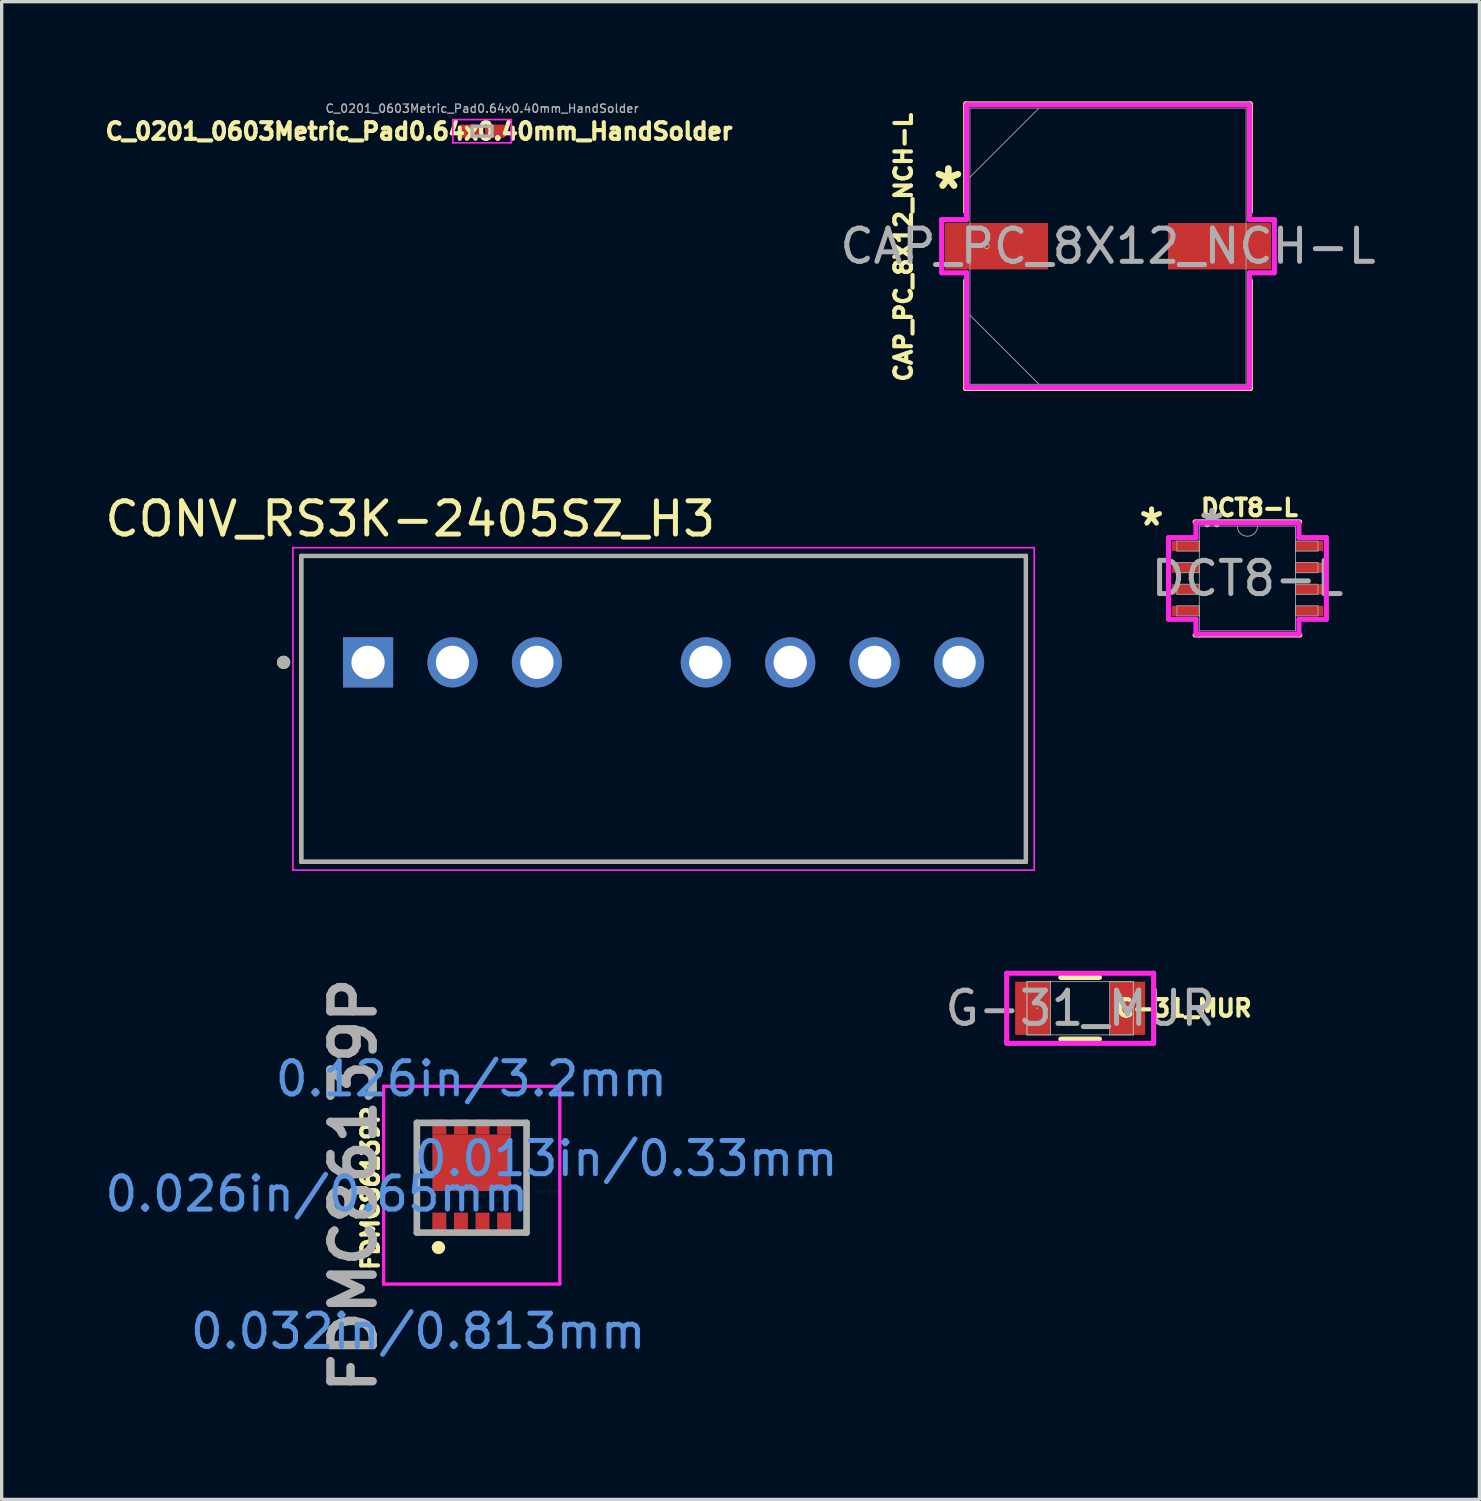
<source format=kicad_pcb>
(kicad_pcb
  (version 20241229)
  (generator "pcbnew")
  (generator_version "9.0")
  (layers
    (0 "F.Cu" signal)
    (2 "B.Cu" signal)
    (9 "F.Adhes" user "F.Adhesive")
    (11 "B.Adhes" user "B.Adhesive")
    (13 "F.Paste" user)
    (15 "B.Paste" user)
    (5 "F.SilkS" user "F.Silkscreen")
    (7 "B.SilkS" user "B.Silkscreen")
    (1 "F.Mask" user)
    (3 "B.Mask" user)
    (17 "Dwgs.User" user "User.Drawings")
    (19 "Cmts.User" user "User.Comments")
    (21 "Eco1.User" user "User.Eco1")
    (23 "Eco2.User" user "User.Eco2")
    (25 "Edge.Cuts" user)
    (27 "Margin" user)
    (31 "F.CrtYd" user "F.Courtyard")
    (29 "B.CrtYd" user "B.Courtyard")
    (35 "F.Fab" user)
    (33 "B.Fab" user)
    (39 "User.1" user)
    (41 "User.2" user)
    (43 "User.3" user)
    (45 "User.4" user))
  (footprint "FDMC86139P"
    (layer "F.Cu")
    (at 11.14 32.778)
    (property "Reference" "FDMC86139P" (at -3.046 -0.084 90) (layer "F.SilkS") (effects (font (size 0.5 0.5) (thickness 0.125))))
    (attr smd)
    (fp_line (start -1.65 -2.05) (end -1.65 1.25) (stroke (width 0.1) (type solid)) (layer "F.SilkS"))
    (fp_line (start -1.65 1.25) (end -1.4 1.25) (stroke (width 0.1) (type solid)) (layer "F.SilkS"))
    (fp_line (start -1.4 -2.05) (end -1.65 -2.05) (stroke (width 0.1) (type solid)) (layer "F.SilkS"))
    (fp_line (start -1.1 1.7) (end -1.1 1.7) (stroke (width 0.2) (type solid)) (layer "F.SilkS"))
    (fp_line (start -0.9 1.7) (end -0.9 1.7) (stroke (width 0.2) (type solid)) (layer "F.SilkS"))
    (fp_line (start 1.4 -2.05) (end 1.65 -2.05) (stroke (width 0.1) (type solid)) (layer "F.SilkS"))
    (fp_line (start 1.65 -2.05) (end 1.65 1.25) (stroke (width 0.1) (type solid)) (layer "F.SilkS"))
    (fp_line (start 1.65 1.25) (end 1.4 1.25) (stroke (width 0.1) (type solid)) (layer "F.SilkS"))
    (fp_arc (start -1.1 1.7) (mid -1 1.6) (end -0.9 1.7) (stroke (width 0.2) (type solid)) (layer "F.SilkS"))
    (fp_arc (start -0.9 1.7) (mid -1 1.8) (end -1.1 1.7) (stroke (width 0.2) (type solid)) (layer "F.SilkS"))
    (fp_line (start -2.65 -3.15) (end 2.65 -3.15) (stroke (width 0.1) (type solid)) (layer "F.CrtYd"))
    (fp_line (start -2.65 2.8) (end -2.65 -3.15) (stroke (width 0.1) (type solid)) (layer "F.CrtYd"))
    (fp_line (start 2.65 -3.15) (end 2.65 2.8) (stroke (width 0.1) (type solid)) (layer "F.CrtYd"))
    (fp_line (start 2.65 2.8) (end -2.65 2.8) (stroke (width 0.1) (type solid)) (layer "F.CrtYd"))
    (fp_line (start -1.65 -2.05) (end 1.65 -2.05) (stroke (width 0.2) (type solid)) (layer "F.Fab"))
    (fp_line (start -1.65 1.25) (end -1.65 -2.05) (stroke (width 0.2) (type solid)) (layer "F.Fab"))
    (fp_line (start 1.65 -2.05) (end 1.65 1.25) (stroke (width 0.2) (type solid)) (layer "F.Fab"))
    (fp_line (start 1.65 1.25) (end -1.65 1.25) (stroke (width 0.2) (type solid)) (layer "F.Fab"))
    (fp_text user "0.026in/0.65mm" (at -4.658 0.09 180) (layer "Cmts.User") (effects (font (size 1 1) (thickness 0.15))))
    (fp_text user "Copyright 2016 Accelerated Designs. All rights reserved." (at 0 0 180) (layer "Cmts.User") (effects (font (size 0.127 0.127) (thickness 0.002))))
    (fp_text user "0.032in/0.813mm" (at -1.61 4.22 180) (layer "Cmts.User") (effects (font (size 1 1) (thickness 0.15))))
    (fp_text user "0.013in/0.33mm" (at 4.648 -0.975 180) (layer "Cmts.User") (effects (font (size 1 1) (thickness 0.15))))
    (fp_text user "0.126in/3.2mm" (at -0.01 -3.375 180) (layer "Cmts.User") (effects (font (size 1 1) (thickness 0.15))))
    (fp_text user "${REFERENCE}" (at -3.554 -0.175 90) (layer "F.Fab") (effects (font (size 1.27 1.27) (thickness 0.254))))
    (pad "1" smd rect (at -0.975 1) (size 0.42 0.7) (layers "F.Cu" "F.Mask" "F.Paste"))
    (pad "2" smd rect (at -0.325 1) (size 0.42 0.7) (layers "F.Cu" "F.Mask" "F.Paste"))
    (pad "3" smd rect (at 0.325 1) (size 0.42 0.7) (layers "F.Cu" "F.Mask" "F.Paste"))
    (pad "4" smd rect (at 0.975 1) (size 0.42 0.7) (layers "F.Cu" "F.Mask" "F.Paste"))
    (pad "5" smd rect (at 0.975 -1.925) (size 0.42 0.45) (layers "F.Cu" "F.Mask" "F.Paste"))
    (pad "6" smd rect (at 0.325 -1.925) (size 0.42 0.45) (layers "F.Cu" "F.Mask" "F.Paste"))
    (pad "7" smd rect (at -0.325 -1.925) (size 0.42 0.45) (layers "F.Cu" "F.Mask" "F.Paste"))
    (pad "8" smd rect (at -0.975 -1.925) (size 0.42 0.45) (layers "F.Cu" "F.Mask" "F.Paste"))
    (pad "9" smd rect (at 0 -0.85 90) (size 1.7 2.37) (layers "F.Cu" "F.Mask" "F.Paste")))
  (footprint "CAP_PC_8X12_NCH-L"
    (layer "F.Cu")
    (at 30.281 4.356)
    (property "Reference" "CAP_PC_8X12_NCH-L" (at -6.152 0.032 90) (unlocked yes) (layer "F.SilkS") (effects (font (size 0.5 0.5) (thickness 0.125))))
    (attr smd)
    (fp_line (start -4.28 -4.28) (end -4.28 -1.031) (stroke (width 0.152) (type solid)) (layer "F.SilkS"))
    (fp_line (start -4.28 1.031) (end -4.28 4.28) (stroke (width 0.152) (type solid)) (layer "F.SilkS"))
    (fp_line (start -4.28 4.28) (end 4.28 4.28) (stroke (width 0.152) (type solid)) (layer "F.SilkS"))
    (fp_line (start 4.28 -4.28) (end -4.28 -4.28) (stroke (width 0.152) (type solid)) (layer "F.SilkS"))
    (fp_line (start 4.28 -1.031) (end 4.28 -4.28) (stroke (width 0.152) (type solid)) (layer "F.SilkS"))
    (fp_line (start 4.28 4.28) (end 4.28 1.031) (stroke (width 0.152) (type solid)) (layer "F.SilkS"))
    (fp_line (start -5.004 -0.8) (end -4.255 -0.8) (stroke (width 0.152) (type solid)) (layer "F.CrtYd"))
    (fp_line (start -5.004 0.8) (end -5.004 -0.8) (stroke (width 0.152) (type solid)) (layer "F.CrtYd"))
    (fp_line (start -4.255 -4.255) (end 4.255 -4.255) (stroke (width 0.152) (type solid)) (layer "F.CrtYd"))
    (fp_line (start -4.255 -0.8) (end -4.255 -4.255) (stroke (width 0.152) (type solid)) (layer "F.CrtYd"))
    (fp_line (start -4.255 0.8) (end -5.004 0.8) (stroke (width 0.152) (type solid)) (layer "F.CrtYd"))
    (fp_line (start -4.255 4.255) (end -4.255 0.8) (stroke (width 0.152) (type solid)) (layer "F.CrtYd"))
    (fp_line (start 4.255 -4.255) (end 4.255 -0.8) (stroke (width 0.152) (type solid)) (layer "F.CrtYd"))
    (fp_line (start 4.255 -0.8) (end 5.004 -0.8) (stroke (width 0.152) (type solid)) (layer "F.CrtYd"))
    (fp_line (start 4.255 0.8) (end 4.255 4.255) (stroke (width 0.152) (type solid)) (layer "F.CrtYd"))
    (fp_line (start 4.255 4.255) (end -4.255 4.255) (stroke (width 0.152) (type solid)) (layer "F.CrtYd"))
    (fp_line (start 5.004 -0.8) (end 5.004 0.8) (stroke (width 0.152) (type solid)) (layer "F.CrtYd"))
    (fp_line (start 5.004 0.8) (end 4.255 0.8) (stroke (width 0.152) (type solid)) (layer "F.CrtYd"))
    (fp_line (start -4.153 -4.153) (end -4.153 4.153) (stroke (width 0.025) (type solid)) (layer "F.Fab"))
    (fp_line (start -4.153 -2.076) (end -2.076 -4.153) (stroke (width 0.025) (type solid)) (layer "F.Fab"))
    (fp_line (start -4.153 2.076) (end -2.076 4.153) (stroke (width 0.025) (type solid)) (layer "F.Fab"))
    (fp_line (start -4.153 4.153) (end 4.153 4.153) (stroke (width 0.025) (type solid)) (layer "F.Fab"))
    (fp_line (start 4.153 -4.153) (end -4.153 -4.153) (stroke (width 0.025) (type solid)) (layer "F.Fab"))
    (fp_line (start 4.153 4.153) (end 4.153 -4.153) (stroke (width 0.025) (type solid)) (layer "F.Fab"))
    (fp_circle (center -3.645 0) (end -3.569 0) (stroke (width 0.025) (type solid)) (fill no) (layer "F.Fab"))
    (fp_text user "*" (at -4.802 -1.683 0) (unlocked yes) (layer "F.SilkS") (effects (font (size 1.2 1.2) (thickness 0.2))))
    (fp_text user "${REFERENCE}" (at 0 0 0) (unlocked yes) (layer "F.Fab") (effects (font (size 1 1) (thickness 0.15))))
    (pad "1" smd rect (at -3.353 0) (size 3.099 1.397) (layers "F.Cu" "F.Mask" "F.Paste"))
    (pad "2" smd rect (at 3.353 0) (size 3.099 1.397) (layers "F.Cu" "F.Mask" "F.Paste")))
  (footprint "CONV_RS3K-2405SZ_H3"
    (layer "F.Cu")
    (at 16.912 18.275)
    (property "Reference" "CONV_RS3K-2405SZ_H3" (at -7.62 -5.715 0) (unlocked yes) (layer "F.SilkS") (effects (font (size 1 1) (thickness 0.15))))
    (attr through_hole)
    (fp_line (start -10.9 -4.6) (end 10.9 -4.6) (stroke (width 0.127) (type solid)) (layer "F.SilkS"))
    (fp_line (start -10.9 4.6) (end -10.9 -4.6) (stroke (width 0.127) (type solid)) (layer "F.SilkS"))
    (fp_line (start 10.9 -4.6) (end 10.9 4.6) (stroke (width 0.127) (type solid)) (layer "F.SilkS"))
    (fp_line (start 10.9 4.6) (end -10.9 4.6) (stroke (width 0.127) (type solid)) (layer "F.SilkS"))
    (fp_circle (center -11.43 -1.4) (end -11.33 -1.4) (stroke (width 0.2) (type solid)) (fill no) (layer "F.SilkS"))
    (fp_line (start -11.15 -4.85) (end 11.15 -4.85) (stroke (width 0.05) (type solid)) (layer "F.CrtYd"))
    (fp_line (start -11.15 4.85) (end -11.15 -4.85) (stroke (width 0.05) (type solid)) (layer "F.CrtYd"))
    (fp_line (start 11.15 -4.85) (end 11.15 4.85) (stroke (width 0.05) (type solid)) (layer "F.CrtYd"))
    (fp_line (start 11.15 4.85) (end -11.15 4.85) (stroke (width 0.05) (type solid)) (layer "F.CrtYd"))
    (fp_line (start -10.9 -4.6) (end 10.9 -4.6) (stroke (width 0.127) (type solid)) (layer "F.Fab"))
    (fp_line (start -10.9 4.6) (end -10.9 -4.6) (stroke (width 0.127) (type solid)) (layer "F.Fab"))
    (fp_line (start 10.9 -4.6) (end 10.9 4.6) (stroke (width 0.127) (type solid)) (layer "F.Fab"))
    (fp_line (start 10.9 4.6) (end -10.9 4.6) (stroke (width 0.127) (type solid)) (layer "F.Fab"))
    (fp_circle (center -11.43 -1.4) (end -11.33 -1.4) (stroke (width 0.2) (type solid)) (fill no) (layer "F.Fab"))
    (pad "1" thru_hole rect (at -8.89 -1.4) (size 1.508 1.508) (drill 1) (layers "*.Cu" "*.Mask"))
    (pad "2" thru_hole circle (at -6.35 -1.4) (size 1.508 1.508) (drill 1) (layers "*.Cu" "*.Mask"))
    (pad "3" thru_hole circle (at -3.81 -1.4) (size 1.508 1.508) (drill 1) (layers "*.Cu" "*.Mask"))
    (pad "5" thru_hole circle (at 1.27 -1.4) (size 1.508 1.508) (drill 1) (layers "*.Cu" "*.Mask"))
    (pad "6" thru_hole circle (at 3.81 -1.4) (size 1.508 1.508) (drill 1) (layers "*.Cu" "*.Mask"))
    (pad "7" thru_hole circle (at 6.35 -1.4) (size 1.508 1.508) (drill 1) (layers "*.Cu" "*.Mask"))
    (pad "8" thru_hole circle (at 8.89 -1.4) (size 1.508 1.508) (drill 1) (layers "*.Cu" "*.Mask")))
  (footprint "C_0201_0603Metric_Pad0.64x0.40mm_HandSolder"
    (layer "F.Cu")
    (at 11.452 0.896)
    (property "Reference" "C_0201_0603Metric_Pad0.64x0.40mm_HandSolder" (at -1.898 0.005 0) (layer "F.SilkS") (effects (font (size 0.5 0.5) (thickness 0.125))))
    (attr smd)
    (fp_line (start -0.88 -0.35) (end 0.88 -0.35) (stroke (width 0.05) (type solid)) (layer "F.CrtYd"))
    (fp_line (start -0.88 0.35) (end -0.88 -0.35) (stroke (width 0.05) (type solid)) (layer "F.CrtYd"))
    (fp_line (start 0.88 -0.35) (end 0.88 0.35) (stroke (width 0.05) (type solid)) (layer "F.CrtYd"))
    (fp_line (start 0.88 0.35) (end -0.88 0.35) (stroke (width 0.05) (type solid)) (layer "F.CrtYd"))
    (fp_line (start -0.3 -0.15) (end 0.3 -0.15) (stroke (width 0.1) (type solid)) (layer "F.Fab"))
    (fp_line (start -0.3 0.15) (end -0.3 -0.15) (stroke (width 0.1) (type solid)) (layer "F.Fab"))
    (fp_line (start 0.3 -0.15) (end 0.3 0.15) (stroke (width 0.1) (type solid)) (layer "F.Fab"))
    (fp_line (start 0.3 0.15) (end -0.3 0.15) (stroke (width 0.1) (type solid)) (layer "F.Fab"))
    (fp_text user "${REFERENCE}" (at 0 -0.68 0) (layer "F.Fab") (effects (font (size 0.25 0.25) (thickness 0.04))))
    (pad "" smd roundrect (at -0.432 0) (size 0.458 0.36) (layers "F.Paste") (roundrect_rratio 0.25))
    (pad "" smd roundrect (at 0.432 0) (size 0.458 0.36) (layers "F.Paste") (roundrect_rratio 0.25))
    (pad "1" smd roundrect (at -0.407 0) (size 0.635 0.4) (layers "F.Cu" "F.Mask") (roundrect_rratio 0.25))
    (pad "2" smd roundrect (at 0.407 0) (size 0.635 0.4) (layers "F.Cu" "F.Mask") (roundrect_rratio 0.25)))
  (footprint "G-31_MUR"
    (layer "F.Cu")
    (at 29.443 27.281)
    (property "Reference" "G-31_MUR" (at 3.12 -0.002 0) (unlocked yes) (layer "F.SilkS") (effects (font (size 0.5 0.5) (thickness 0.125))))
    (attr smd)
    (fp_line (start -0.581 0.927) (end 0.581 0.927) (stroke (width 0.152) (type solid)) (layer "F.SilkS"))
    (fp_line (start 0.581 -0.927) (end -0.581 -0.927) (stroke (width 0.152) (type solid)) (layer "F.SilkS"))
    (fp_line (start -2.21 -1.054) (end 2.21 -1.054) (stroke (width 0.152) (type solid)) (layer "F.CrtYd"))
    (fp_line (start -2.21 1.054) (end -2.21 -1.054) (stroke (width 0.152) (type solid)) (layer "F.CrtYd"))
    (fp_line (start 2.21 -1.054) (end 2.21 1.054) (stroke (width 0.152) (type solid)) (layer "F.CrtYd"))
    (fp_line (start 2.21 1.054) (end -2.21 1.054) (stroke (width 0.152) (type solid)) (layer "F.CrtYd"))
    (fp_line (start -1.6 -0.8) (end -1.6 0.8) (stroke (width 0.025) (type solid)) (layer "F.Fab"))
    (fp_line (start -1.6 -0.8) (end -1.6 0.8) (stroke (width 0.025) (type solid)) (layer "F.Fab"))
    (fp_line (start -1.6 0.8) (end -0.889 0.8) (stroke (width 0.025) (type solid)) (layer "F.Fab"))
    (fp_line (start -1.6 0.8) (end 1.6 0.8) (stroke (width 0.025) (type solid)) (layer "F.Fab"))
    (fp_line (start -0.889 -0.8) (end -1.6 -0.8) (stroke (width 0.025) (type solid)) (layer "F.Fab"))
    (fp_line (start -0.889 0.8) (end -0.889 -0.8) (stroke (width 0.025) (type solid)) (layer "F.Fab"))
    (fp_line (start 0.889 -0.8) (end 0.889 0.8) (stroke (width 0.025) (type solid)) (layer "F.Fab"))
    (fp_line (start 0.889 0.8) (end 1.6 0.8) (stroke (width 0.025) (type solid)) (layer "F.Fab"))
    (fp_line (start 1.6 -0.8) (end -1.6 -0.8) (stroke (width 0.025) (type solid)) (layer "F.Fab"))
    (fp_line (start 1.6 -0.8) (end 0.889 -0.8) (stroke (width 0.025) (type solid)) (layer "F.Fab"))
    (fp_line (start 1.6 0.8) (end 1.6 -0.8) (stroke (width 0.025) (type solid)) (layer "F.Fab"))
    (fp_line (start 1.6 0.8) (end 1.6 -0.8) (stroke (width 0.025) (type solid)) (layer "F.Fab"))
    (fp_circle (center -1.295 0) (end -1.295 0) (stroke (width 0.025) (type solid)) (fill no) (layer "F.Fab"))
    (fp_text user "${REFERENCE}" (at 0 0 0) (unlocked yes) (layer "F.Fab") (effects (font (size 1 1) (thickness 0.15))))
    (pad "1" smd rect (at -1.422 0) (size 1.067 1.6) (layers "F.Cu" "F.Mask" "F.Paste"))
    (pad "2" smd rect (at 1.422 0) (size 1.067 1.6) (layers "F.Cu" "F.Mask" "F.Paste")))
  (footprint "DCT8-L"
    (layer "F.Cu")
    (at 34.475 14.351)
    (property "Reference" "DCT8-L" (at 0.062 -2.127 0) (unlocked yes) (layer "F.SilkS") (effects (font (size 0.5 0.5) (thickness 0.125))))
    (attr smd)
    (fp_line (start -1.575 1.702) (end 1.575 1.702) (stroke (width 0.152) (type solid)) (layer "F.SilkS"))
    (fp_line (start 1.575 -1.702) (end -1.575 -1.702) (stroke (width 0.152) (type solid)) (layer "F.SilkS"))
    (fp_line (start -2.375 -1.229) (end -1.549 -1.229) (stroke (width 0.152) (type solid)) (layer "F.CrtYd"))
    (fp_line (start -2.375 1.229) (end -2.375 -1.229) (stroke (width 0.152) (type solid)) (layer "F.CrtYd"))
    (fp_line (start -2.375 1.229) (end -1.549 1.229) (stroke (width 0.152) (type solid)) (layer "F.CrtYd"))
    (fp_line (start -1.549 -1.676) (end 1.549 -1.676) (stroke (width 0.152) (type solid)) (layer "F.CrtYd"))
    (fp_line (start -1.549 -1.229) (end -1.549 -1.676) (stroke (width 0.152) (type solid)) (layer "F.CrtYd"))
    (fp_line (start -1.549 1.676) (end -1.549 1.229) (stroke (width 0.152) (type solid)) (layer "F.CrtYd"))
    (fp_line (start 1.549 -1.676) (end 1.549 -1.229) (stroke (width 0.152) (type solid)) (layer "F.CrtYd"))
    (fp_line (start 1.549 1.229) (end 1.549 1.676) (stroke (width 0.152) (type solid)) (layer "F.CrtYd"))
    (fp_line (start 1.549 1.676) (end -1.549 1.676) (stroke (width 0.152) (type solid)) (layer "F.CrtYd"))
    (fp_line (start 2.375 -1.229) (end 1.549 -1.229) (stroke (width 0.152) (type solid)) (layer "F.CrtYd"))
    (fp_line (start 2.375 -1.229) (end 2.375 1.229) (stroke (width 0.152) (type solid)) (layer "F.CrtYd"))
    (fp_line (start 2.375 1.229) (end 1.549 1.229) (stroke (width 0.152) (type solid)) (layer "F.CrtYd"))
    (fp_line (start -2.121 -1.127) (end -2.121 -0.823) (stroke (width 0.025) (type solid)) (layer "F.Fab"))
    (fp_line (start -2.121 -0.823) (end -1.448 -0.823) (stroke (width 0.025) (type solid)) (layer "F.Fab"))
    (fp_line (start -2.121 -0.477) (end -2.121 -0.173) (stroke (width 0.025) (type solid)) (layer "F.Fab"))
    (fp_line (start -2.121 -0.173) (end -1.448 -0.173) (stroke (width 0.025) (type solid)) (layer "F.Fab"))
    (fp_line (start -2.121 0.173) (end -2.121 0.477) (stroke (width 0.025) (type solid)) (layer "F.Fab"))
    (fp_line (start -2.121 0.477) (end -1.448 0.477) (stroke (width 0.025) (type solid)) (layer "F.Fab"))
    (fp_line (start -2.121 0.823) (end -2.121 1.127) (stroke (width 0.025) (type solid)) (layer "F.Fab"))
    (fp_line (start -2.121 1.127) (end -1.448 1.127) (stroke (width 0.025) (type solid)) (layer "F.Fab"))
    (fp_line (start -1.448 -1.575) (end -1.448 1.575) (stroke (width 0.025) (type solid)) (layer "F.Fab"))
    (fp_line (start -1.448 -1.127) (end -2.121 -1.127) (stroke (width 0.025) (type solid)) (layer "F.Fab"))
    (fp_line (start -1.448 -0.823) (end -1.448 -1.127) (stroke (width 0.025) (type solid)) (layer "F.Fab"))
    (fp_line (start -1.448 -0.477) (end -2.121 -0.477) (stroke (width 0.025) (type solid)) (layer "F.Fab"))
    (fp_line (start -1.448 -0.173) (end -1.448 -0.477) (stroke (width 0.025) (type solid)) (layer "F.Fab"))
    (fp_line (start -1.448 0.173) (end -2.121 0.173) (stroke (width 0.025) (type solid)) (layer "F.Fab"))
    (fp_line (start -1.448 0.477) (end -1.448 0.173) (stroke (width 0.025) (type solid)) (layer "F.Fab"))
    (fp_line (start -1.448 0.823) (end -2.121 0.823) (stroke (width 0.025) (type solid)) (layer "F.Fab"))
    (fp_line (start -1.448 1.127) (end -1.448 0.823) (stroke (width 0.025) (type solid)) (layer "F.Fab"))
    (fp_line (start -1.448 1.575) (end 1.448 1.575) (stroke (width 0.025) (type solid)) (layer "F.Fab"))
    (fp_line (start 1.448 -1.575) (end -1.448 -1.575) (stroke (width 0.025) (type solid)) (layer "F.Fab"))
    (fp_line (start 1.448 -1.127) (end 1.448 -0.823) (stroke (width 0.025) (type solid)) (layer "F.Fab"))
    (fp_line (start 1.448 -0.823) (end 2.121 -0.823) (stroke (width 0.025) (type solid)) (layer "F.Fab"))
    (fp_line (start 1.448 -0.477) (end 1.448 -0.173) (stroke (width 0.025) (type solid)) (layer "F.Fab"))
    (fp_line (start 1.448 -0.173) (end 2.121 -0.173) (stroke (width 0.025) (type solid)) (layer "F.Fab"))
    (fp_line (start 1.448 0.173) (end 1.448 0.477) (stroke (width 0.025) (type solid)) (layer "F.Fab"))
    (fp_line (start 1.448 0.477) (end 2.121 0.477) (stroke (width 0.025) (type solid)) (layer "F.Fab"))
    (fp_line (start 1.448 0.823) (end 1.448 1.127) (stroke (width 0.025) (type solid)) (layer "F.Fab"))
    (fp_line (start 1.448 1.127) (end 2.121 1.127) (stroke (width 0.025) (type solid)) (layer "F.Fab"))
    (fp_line (start 1.448 1.575) (end 1.448 -1.575) (stroke (width 0.025) (type solid)) (layer "F.Fab"))
    (fp_line (start 2.121 -1.127) (end 1.448 -1.127) (stroke (width 0.025) (type solid)) (layer "F.Fab"))
    (fp_line (start 2.121 -0.823) (end 2.121 -1.127) (stroke (width 0.025) (type solid)) (layer "F.Fab"))
    (fp_line (start 2.121 -0.477) (end 1.448 -0.477) (stroke (width 0.025) (type solid)) (layer "F.Fab"))
    (fp_line (start 2.121 -0.173) (end 2.121 -0.477) (stroke (width 0.025) (type solid)) (layer "F.Fab"))
    (fp_line (start 2.121 0.173) (end 1.448 0.173) (stroke (width 0.025) (type solid)) (layer "F.Fab"))
    (fp_line (start 2.121 0.477) (end 2.121 0.173) (stroke (width 0.025) (type solid)) (layer "F.Fab"))
    (fp_line (start 2.121 0.823) (end 1.448 0.823) (stroke (width 0.025) (type solid)) (layer "F.Fab"))
    (fp_line (start 2.121 1.127) (end 2.121 0.823) (stroke (width 0.025) (type solid)) (layer "F.Fab"))
    (fp_arc (start 0.3048 -1.5748) (mid 0 -1.27) (end -0.3048 -1.5748) (stroke (width 0.0254) (type solid)) (layer "F.Fab"))
    (fp_text user "*" (at -2.883 -1.549 180) (layer "F.SilkS") (effects (font (size 1 1) (thickness 0.15))))
    (fp_text user "${REFERENCE}" (at 0 0 0) (unlocked yes) (layer "F.Fab") (effects (font (size 1 1) (thickness 0.15))))
    (fp_text user "*" (at -1.067 -1.499 180) (layer "F.Fab") (effects (font (size 1 1) (thickness 0.15))))
    (fp_text user "*" (at -1.067 -1.499 0) (unlocked yes) (layer "F.Fab") (effects (font (size 1 1) (thickness 0.15))))
    (pad "1" smd rect (at -1.861 -0.975) (size 0.826 0.305) (layers "F.Cu" "F.Mask" "F.Paste"))
    (pad "2" smd rect (at -1.861 -0.325) (size 0.826 0.305) (layers "F.Cu" "F.Mask" "F.Paste"))
    (pad "3" smd rect (at -1.861 0.325) (size 0.826 0.305) (layers "F.Cu" "F.Mask" "F.Paste"))
    (pad "4" smd rect (at -1.861 0.975) (size 0.826 0.305) (layers "F.Cu" "F.Mask" "F.Paste"))
    (pad "5" smd rect (at 1.861 0.975) (size 0.826 0.305) (layers "F.Cu" "F.Mask" "F.Paste"))
    (pad "6" smd rect (at 1.861 0.325) (size 0.826 0.305) (layers "F.Cu" "F.Mask" "F.Paste"))
    (pad "7" smd rect (at 1.861 -0.325) (size 0.826 0.305) (layers "F.Cu" "F.Mask" "F.Paste"))
    (pad "8" smd rect (at 1.861 -0.975) (size 0.826 0.305) (layers "F.Cu" "F.Mask" "F.Paste")))
  (gr_rect
    (start -3 -3)
    (end 41.454 42.056)
    (stroke (width 0.1) (type default))
    (fill no)
    (layer "Edge.Cuts")))
</source>
